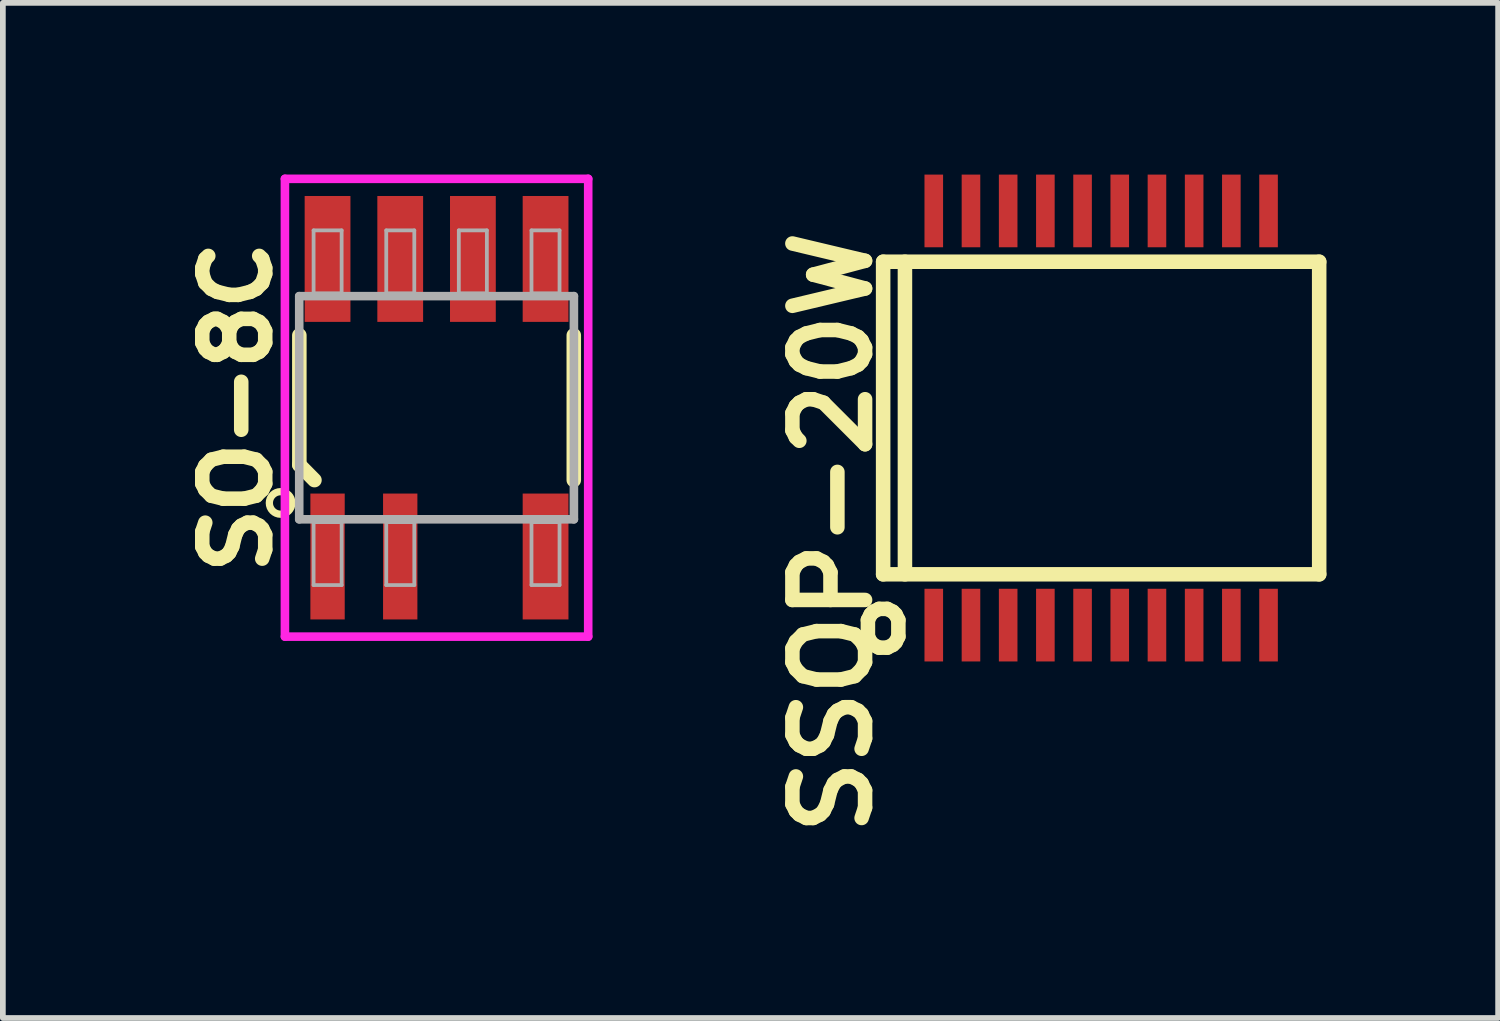
<source format=kicad_pcb>
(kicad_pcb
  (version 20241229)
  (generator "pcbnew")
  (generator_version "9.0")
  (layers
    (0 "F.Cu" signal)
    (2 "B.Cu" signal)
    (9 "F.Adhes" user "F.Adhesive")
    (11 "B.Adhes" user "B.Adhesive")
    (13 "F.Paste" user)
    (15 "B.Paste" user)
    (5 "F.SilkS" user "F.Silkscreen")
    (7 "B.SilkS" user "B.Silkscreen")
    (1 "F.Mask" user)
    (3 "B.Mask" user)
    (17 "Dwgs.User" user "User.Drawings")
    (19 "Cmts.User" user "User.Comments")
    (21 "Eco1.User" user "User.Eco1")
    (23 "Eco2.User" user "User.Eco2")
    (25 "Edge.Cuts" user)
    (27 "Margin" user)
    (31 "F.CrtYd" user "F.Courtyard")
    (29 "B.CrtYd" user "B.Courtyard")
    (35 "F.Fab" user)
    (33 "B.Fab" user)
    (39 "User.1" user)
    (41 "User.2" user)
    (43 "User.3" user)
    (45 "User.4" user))
  (footprint "SO-8C"
    (layer "F.Cu")
    (at 4.579 4.075)
    (property "Reference" "SO-8C" (at -3.49 -0.008 90) (layer "F.SilkS") (effects (font (size 1.1 1.1) (thickness 0.254))))
    (attr smd)
    (fp_line (start -2.398 0.998) (end -2.398 -1.265) (stroke (width 0.254) (type solid)) (layer "F.SilkS"))
    (fp_line (start -2.134 1.265) (end -2.398 0.998) (stroke (width 0.254) (type solid)) (layer "F.SilkS"))
    (fp_line (start 2.398 -1.265) (end 2.398 1.265) (stroke (width 0.254) (type solid)) (layer "F.SilkS"))
    (fp_circle (center -2.725 1.664) (end -2.865 1.803) (stroke (width 0.127) (type solid)) (fill no) (layer "F.SilkS"))
    (fp_line (start -2.65 -4) (end 2.65 -4) (stroke (width 0.15) (type solid)) (layer "F.CrtYd"))
    (fp_line (start -2.65 4) (end -2.65 -4) (stroke (width 0.15) (type solid)) (layer "F.CrtYd"))
    (fp_line (start 2.65 -4) (end 2.65 4) (stroke (width 0.15) (type solid)) (layer "F.CrtYd"))
    (fp_line (start 2.65 4) (end -2.65 4) (stroke (width 0.15) (type solid)) (layer "F.CrtYd"))
    (fp_line (start -2.4 -1.95) (end 2.4 -1.95) (stroke (width 0.15) (type solid)) (layer "F.Fab"))
    (fp_line (start -2.4 1.95) (end -2.4 -1.95) (stroke (width 0.15) (type solid)) (layer "F.Fab"))
    (fp_line (start -2.149 -3.099) (end -1.659 -3.099) (stroke (width 0.066) (type solid)) (layer "F.Fab"))
    (fp_line (start -2.149 -1.999) (end -2.149 -3.099) (stroke (width 0.066) (type solid)) (layer "F.Fab"))
    (fp_line (start -2.149 -1.999) (end -1.659 -1.999) (stroke (width 0.066) (type solid)) (layer "F.Fab"))
    (fp_line (start -2.149 1.999) (end -1.659 1.999) (stroke (width 0.066) (type solid)) (layer "F.Fab"))
    (fp_line (start -2.149 3.099) (end -2.149 1.999) (stroke (width 0.066) (type solid)) (layer "F.Fab"))
    (fp_line (start -2.149 3.099) (end -1.659 3.099) (stroke (width 0.066) (type solid)) (layer "F.Fab"))
    (fp_line (start -1.659 -1.999) (end -1.659 -3.099) (stroke (width 0.066) (type solid)) (layer "F.Fab"))
    (fp_line (start -1.659 3.099) (end -1.659 1.999) (stroke (width 0.066) (type solid)) (layer "F.Fab"))
    (fp_line (start -0.879 -3.099) (end -0.389 -3.099) (stroke (width 0.066) (type solid)) (layer "F.Fab"))
    (fp_line (start -0.879 -1.999) (end -0.879 -3.099) (stroke (width 0.066) (type solid)) (layer "F.Fab"))
    (fp_line (start -0.879 -1.999) (end -0.389 -1.999) (stroke (width 0.066) (type solid)) (layer "F.Fab"))
    (fp_line (start -0.879 1.999) (end -0.389 1.999) (stroke (width 0.066) (type solid)) (layer "F.Fab"))
    (fp_line (start -0.879 3.099) (end -0.879 1.999) (stroke (width 0.066) (type solid)) (layer "F.Fab"))
    (fp_line (start -0.879 3.099) (end -0.389 3.099) (stroke (width 0.066) (type solid)) (layer "F.Fab"))
    (fp_line (start -0.389 -1.999) (end -0.389 -3.099) (stroke (width 0.066) (type solid)) (layer "F.Fab"))
    (fp_line (start -0.389 3.099) (end -0.389 1.999) (stroke (width 0.066) (type solid)) (layer "F.Fab"))
    (fp_line (start 0.389 -3.099) (end 0.879 -3.099) (stroke (width 0.066) (type solid)) (layer "F.Fab"))
    (fp_line (start 0.389 -1.999) (end 0.389 -3.099) (stroke (width 0.066) (type solid)) (layer "F.Fab"))
    (fp_line (start 0.389 -1.999) (end 0.879 -1.999) (stroke (width 0.066) (type solid)) (layer "F.Fab"))
    (fp_line (start 0.879 -1.999) (end 0.879 -3.099) (stroke (width 0.066) (type solid)) (layer "F.Fab"))
    (fp_line (start 1.659 -3.099) (end 2.149 -3.099) (stroke (width 0.066) (type solid)) (layer "F.Fab"))
    (fp_line (start 1.659 -1.999) (end 1.659 -3.099) (stroke (width 0.066) (type solid)) (layer "F.Fab"))
    (fp_line (start 1.659 -1.999) (end 2.149 -1.999) (stroke (width 0.066) (type solid)) (layer "F.Fab"))
    (fp_line (start 1.659 1.999) (end 2.149 1.999) (stroke (width 0.066) (type solid)) (layer "F.Fab"))
    (fp_line (start 1.659 3.099) (end 1.659 1.999) (stroke (width 0.066) (type solid)) (layer "F.Fab"))
    (fp_line (start 1.659 3.099) (end 2.149 3.099) (stroke (width 0.066) (type solid)) (layer "F.Fab"))
    (fp_line (start 2.149 -1.999) (end 2.149 -3.099) (stroke (width 0.066) (type solid)) (layer "F.Fab"))
    (fp_line (start 2.149 3.099) (end 2.149 1.999) (stroke (width 0.066) (type solid)) (layer "F.Fab"))
    (fp_line (start 2.4 -1.95) (end 2.4 1.95) (stroke (width 0.15) (type solid)) (layer "F.Fab"))
    (fp_line (start 2.4 1.95) (end -2.4 1.95) (stroke (width 0.15) (type solid)) (layer "F.Fab"))
    (pad "1" smd rect (at -1.905 2.6) (size 0.6 2.2) (layers "F.Cu" "F.Mask" "F.Paste"))
    (pad "2" smd rect (at -0.635 2.6) (size 0.6 2.2) (layers "F.Cu" "F.Mask" "F.Paste"))
    (pad "4" smd rect (at 1.905 2.6) (size 0.8 2.2) (layers "F.Cu" "F.Mask" "F.Paste"))
    (pad "5" smd rect (at 1.905 -2.6) (size 0.8 2.2) (layers "F.Cu" "F.Mask" "F.Paste"))
    (pad "6" smd rect (at 0.635 -2.6) (size 0.8 2.2) (layers "F.Cu" "F.Mask" "F.Paste"))
    (pad "7" smd rect (at -0.635 -2.6) (size 0.8 2.2) (layers "F.Cu" "F.Mask" "F.Paste"))
    (pad "8" smd rect (at -1.905 -2.6) (size 0.8 2.2) (layers "F.Cu" "F.Mask" "F.Paste")))
  (footprint "SSOP-20W"
    (layer "F.Cu")
    (at 16.193 4.255)
    (property "Reference" "SSOP-20W" (at -4.7 2 90) (layer "F.SilkS") (effects (font (size 1.27 1.27) (thickness 0.254))))
    (attr smd)
    (fp_line (start -3.81 2.731) (end -3.81 -2.731) (stroke (width 0.254) (type solid)) (layer "F.SilkS"))
    (fp_line (start -3.81 2.731) (end 3.81 2.731) (stroke (width 0.254) (type solid)) (layer "F.SilkS"))
    (fp_line (start -3.429 -2.731) (end -3.429 2.731) (stroke (width 0.254) (type solid)) (layer "F.SilkS"))
    (fp_line (start 3.81 -2.731) (end -3.81 -2.731) (stroke (width 0.254) (type solid)) (layer "F.SilkS"))
    (fp_line (start 3.81 -2.731) (end 3.81 2.731) (stroke (width 0.254) (type solid)) (layer "F.SilkS"))
    (fp_text user "o" (at -3.81 3.556 0) (layer "F.SilkS") (effects (font (size 1.016 1.016) (thickness 0.254))))
    (pad "1" smd rect (at -2.925 3.619) (size 0.325 1.27) (layers "F.Cu" "F.Mask" "F.Paste"))
    (pad "2" smd rect (at -2.275 3.619) (size 0.325 1.27) (layers "F.Cu" "F.Mask" "F.Paste"))
    (pad "3" smd rect (at -1.625 3.619) (size 0.325 1.27) (layers "F.Cu" "F.Mask" "F.Paste"))
    (pad "4" smd rect (at -0.975 3.619) (size 0.325 1.27) (layers "F.Cu" "F.Mask" "F.Paste"))
    (pad "5" smd rect (at -0.325 3.619) (size 0.325 1.27) (layers "F.Cu" "F.Mask" "F.Paste"))
    (pad "6" smd rect (at 0.325 3.619) (size 0.325 1.27) (layers "F.Cu" "F.Mask" "F.Paste"))
    (pad "7" smd rect (at 0.975 3.619) (size 0.325 1.27) (layers "F.Cu" "F.Mask" "F.Paste"))
    (pad "8" smd rect (at 1.625 3.619) (size 0.325 1.27) (layers "F.Cu" "F.Mask" "F.Paste"))
    (pad "9" smd rect (at 2.275 3.619) (size 0.325 1.27) (layers "F.Cu" "F.Mask" "F.Paste"))
    (pad "10" smd rect (at 2.925 3.619) (size 0.325 1.27) (layers "F.Cu" "F.Mask" "F.Paste"))
    (pad "11" smd rect (at 2.925 -3.619) (size 0.325 1.27) (layers "F.Cu" "F.Mask" "F.Paste"))
    (pad "12" smd rect (at 2.275 -3.619) (size 0.325 1.27) (layers "F.Cu" "F.Mask" "F.Paste"))
    (pad "13" smd rect (at 1.625 -3.619) (size 0.325 1.27) (layers "F.Cu" "F.Mask" "F.Paste"))
    (pad "14" smd rect (at 0.975 -3.619) (size 0.325 1.27) (layers "F.Cu" "F.Mask" "F.Paste"))
    (pad "15" smd rect (at 0.325 -3.619) (size 0.325 1.27) (layers "F.Cu" "F.Mask" "F.Paste"))
    (pad "16" smd rect (at -0.325 -3.619) (size 0.325 1.27) (layers "F.Cu" "F.Mask" "F.Paste"))
    (pad "17" smd rect (at -0.975 -3.619) (size 0.325 1.27) (layers "F.Cu" "F.Mask" "F.Paste"))
    (pad "18" smd rect (at -1.625 -3.619) (size 0.325 1.27) (layers "F.Cu" "F.Mask" "F.Paste"))
    (pad "19" smd rect (at -2.275 -3.619) (size 0.325 1.27) (layers "F.Cu" "F.Mask" "F.Paste"))
    (pad "20" smd rect (at -2.925 -3.619) (size 0.325 1.27) (layers "F.Cu" "F.Mask" "F.Paste")))
  (gr_rect
    (start -3 -3)
    (end 23.13 14.74)
    (stroke (width 0.1) (type default))
    (fill no)
    (layer "Edge.Cuts")))
</source>
